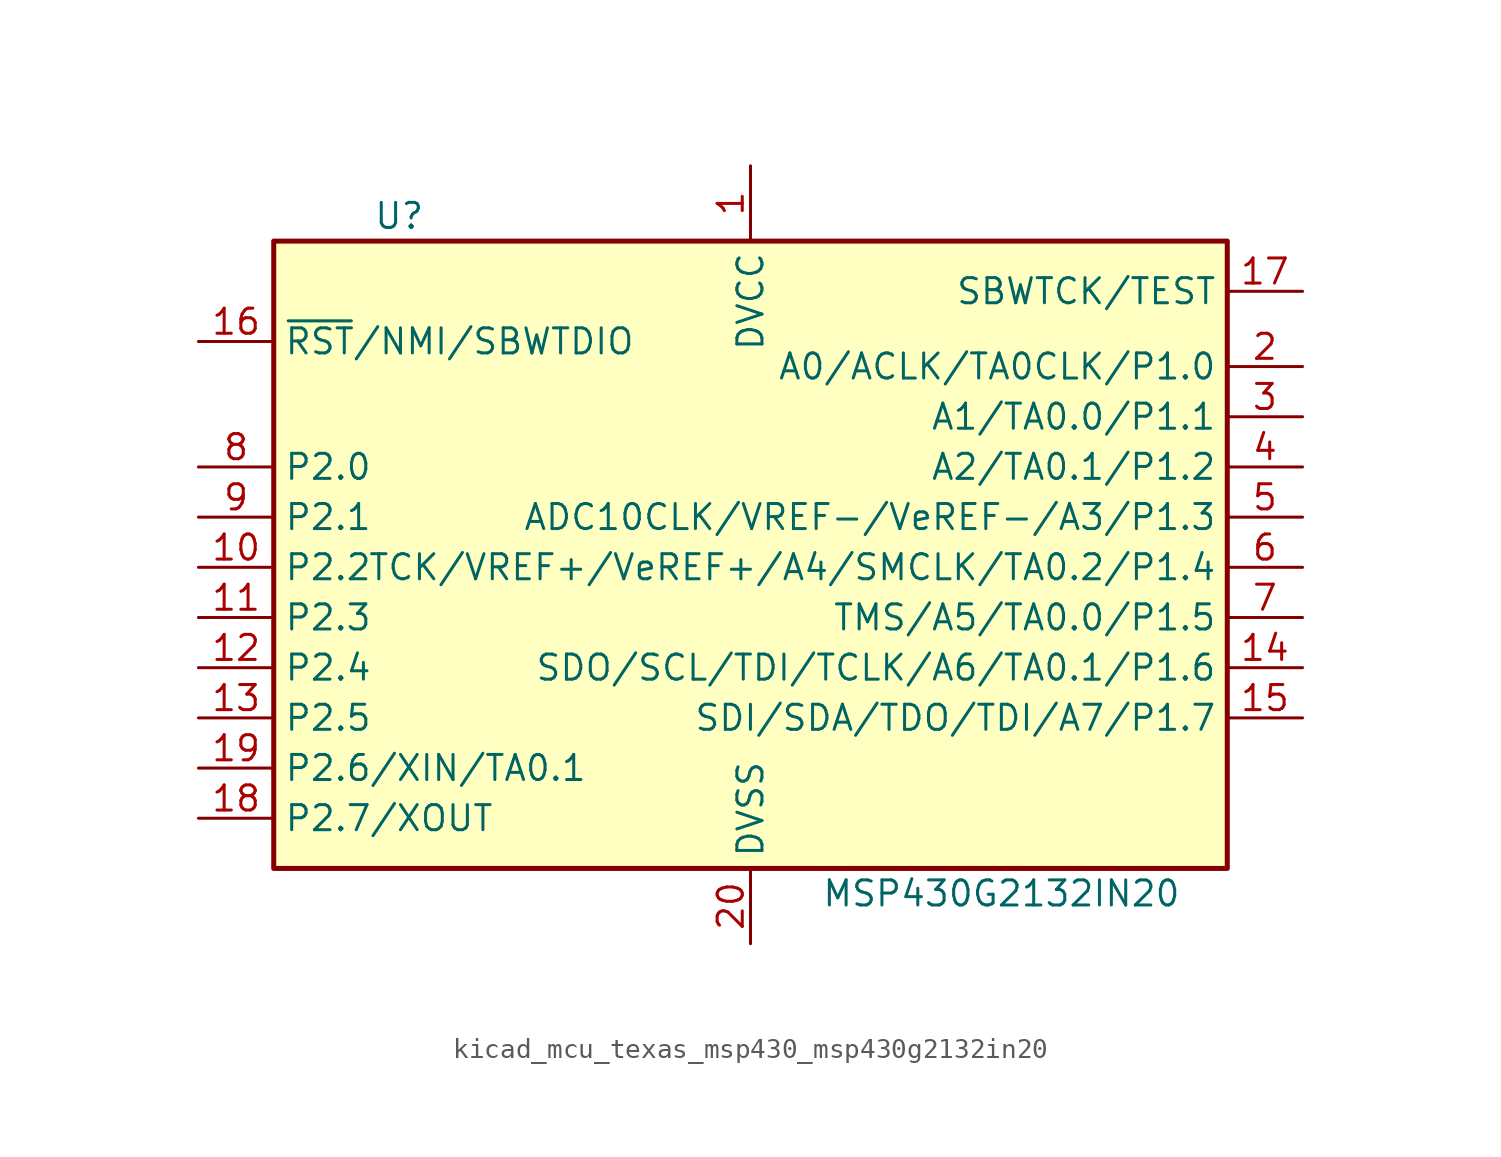
<source format=kicad_sym>
(kicad_symbol_lib
  (version 20220914)
  (generator kicad_symbol_editor)
  (symbol "kicad_mcu_texas_msp430_msp430g2132in20"
    (property "Reference" "U"
      (at -17.78 17.78 0)
      (effects (font (size 1.27 1.27))))
    (property "Value" "MSP430G2132IN20"
      (at 12.7 -16.51 0)
      (effects (font (size 1.27 1.27))))
    (symbol "kicad_mcu_texas_msp430_msp430g2132in20_0_1"
      (rectangle (start -24.13 16.51) (end 24.13 -15.24) (stroke (width 0.254) (type default)) (fill (type background))))
    (symbol "kicad_mcu_texas_msp430_msp430g2132in20_1_1"
      (pin power_in line (at 0 20.32 270) (length 3.81) (name "DVCC" (effects (font (size 1.27 1.27)))) (number "1" (effects (font (size 1.27 1.27)))))
      (pin bidirectional line (at -27.94 0 0) (length 3.81) (name "P2.2" (effects (font (size 1.27 1.27)))) (number "10" (effects (font (size 1.27 1.27)))))
      (pin bidirectional line (at -27.94 -2.54 0) (length 3.81) (name "P2.3" (effects (font (size 1.27 1.27)))) (number "11" (effects (font (size 1.27 1.27)))))
      (pin bidirectional line (at -27.94 -5.08 0) (length 3.81) (name "P2.4" (effects (font (size 1.27 1.27)))) (number "12" (effects (font (size 1.27 1.27)))))
      (pin bidirectional line (at -27.94 -7.62 0) (length 3.81) (name "P2.5" (effects (font (size 1.27 1.27)))) (number "13" (effects (font (size 1.27 1.27)))))
      (pin bidirectional line (at 27.94 -5.08 180) (length 3.81) (name "SDO/SCL/TDI/TCLK/A6/TA0.1/P1.6" (effects (font (size 1.27 1.27)))) (number "14" (effects (font (size 1.27 1.27)))))
      (pin bidirectional line (at 27.94 -7.62 180) (length 3.81) (name "SDI/SDA/TDO/TDI/A7/P1.7" (effects (font (size 1.27 1.27)))) (number "15" (effects (font (size 1.27 1.27)))))
      (pin input line (at -27.94 11.43 0) (length 3.81) (name "~{RST}/NMI/SBWTDIO" (effects (font (size 1.27 1.27)))) (number "16" (effects (font (size 1.27 1.27)))))
      (pin input line (at 27.94 13.97 180) (length 3.81) (name "SBWTCK/TEST" (effects (font (size 1.27 1.27)))) (number "17" (effects (font (size 1.27 1.27)))))
      (pin bidirectional line (at -27.94 -12.7 0) (length 3.81) (name "P2.7/XOUT" (effects (font (size 1.27 1.27)))) (number "18" (effects (font (size 1.27 1.27)))))
      (pin bidirectional line (at -27.94 -10.16 0) (length 3.81) (name "P2.6/XIN/TA0.1" (effects (font (size 1.27 1.27)))) (number "19" (effects (font (size 1.27 1.27)))))
      (pin bidirectional line (at 27.94 10.16 180) (length 3.81) (name "A0/ACLK/TA0CLK/P1.0" (effects (font (size 1.27 1.27)))) (number "2" (effects (font (size 1.27 1.27)))))
      (pin power_in line (at 0 -19.05 90) (length 3.81) (name "DVSS" (effects (font (size 1.27 1.27)))) (number "20" (effects (font (size 1.27 1.27)))))
      (pin bidirectional line (at 27.94 7.62 180) (length 3.81) (name "A1/TA0.0/P1.1" (effects (font (size 1.27 1.27)))) (number "3" (effects (font (size 1.27 1.27)))))
      (pin bidirectional line (at 27.94 5.08 180) (length 3.81) (name "A2/TA0.1/P1.2" (effects (font (size 1.27 1.27)))) (number "4" (effects (font (size 1.27 1.27)))))
      (pin bidirectional line (at 27.94 2.54 180) (length 3.81) (name "ADC10CLK/VREF-/VeREF-/A3/P1.3" (effects (font (size 1.27 1.27)))) (number "5" (effects (font (size 1.27 1.27)))))
      (pin bidirectional line (at 27.94 0 180) (length 3.81) (name "TCK/VREF+/VeREF+/A4/SMCLK/TA0.2/P1.4" (effects (font (size 1.27 1.27)))) (number "6" (effects (font (size 1.27 1.27)))))
      (pin bidirectional line (at 27.94 -2.54 180) (length 3.81) (name "TMS/A5/TA0.0/P1.5" (effects (font (size 1.27 1.27)))) (number "7" (effects (font (size 1.27 1.27)))))
      (pin bidirectional line (at -27.94 5.08 0) (length 3.81) (name "P2.0" (effects (font (size 1.27 1.27)))) (number "8" (effects (font (size 1.27 1.27)))))
      (pin bidirectional line (at -27.94 2.54 0) (length 3.81) (name "P2.1" (effects (font (size 1.27 1.27)))) (number "9" (effects (font (size 1.27 1.27))))))))
</source>
